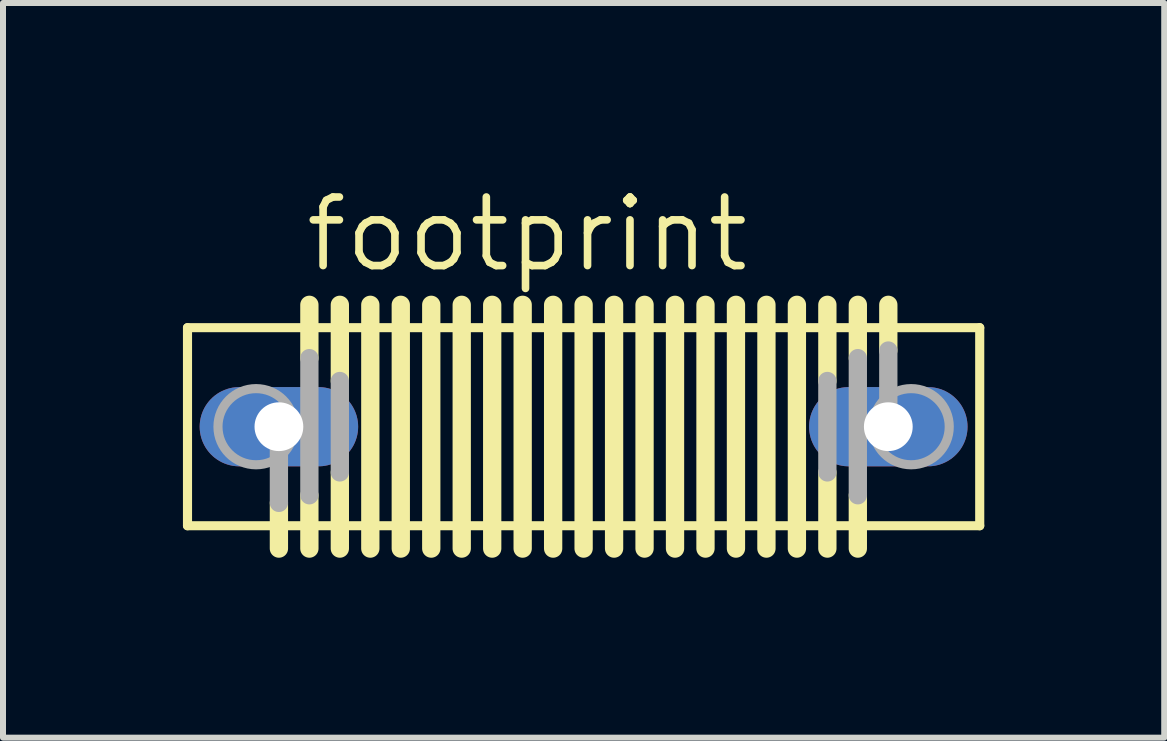
<source format=kicad_pcb>
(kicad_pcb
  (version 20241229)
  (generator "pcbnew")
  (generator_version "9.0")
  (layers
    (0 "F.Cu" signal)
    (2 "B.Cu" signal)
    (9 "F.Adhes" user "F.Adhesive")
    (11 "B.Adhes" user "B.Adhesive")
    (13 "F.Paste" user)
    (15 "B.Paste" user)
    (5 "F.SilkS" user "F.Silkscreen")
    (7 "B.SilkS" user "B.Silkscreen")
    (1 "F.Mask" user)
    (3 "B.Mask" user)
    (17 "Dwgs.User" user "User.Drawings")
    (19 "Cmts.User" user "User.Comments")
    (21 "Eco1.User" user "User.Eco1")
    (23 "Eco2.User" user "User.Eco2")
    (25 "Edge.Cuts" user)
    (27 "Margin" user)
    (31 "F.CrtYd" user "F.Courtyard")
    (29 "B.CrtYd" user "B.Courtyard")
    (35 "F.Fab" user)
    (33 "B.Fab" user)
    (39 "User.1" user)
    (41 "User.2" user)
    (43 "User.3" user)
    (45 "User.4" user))
  (footprint "footprint"
    (layer "F.Cu")
    (at 6.68 4.064)
    (property "Reference" "footprint" (at -4.699 -2.54 0) (layer "F.SilkS") (effects (font (size 1.143 1.143) (thickness 0.127)) (justify left bottom)))
    (fp_line (start -6.604 -1.651) (end -6.604 1.651) (stroke (width 0.152) (type solid)) (layer "F.SilkS"))
    (fp_line (start -6.604 1.651) (end 6.604 1.651) (stroke (width 0.152) (type solid)) (layer "F.SilkS"))
    (fp_line (start -5.08 1.27) (end -5.08 2.032) (stroke (width 0.305) (type solid)) (layer "F.SilkS"))
    (fp_line (start -4.572 -2.032) (end -4.572 -1.143) (stroke (width 0.305) (type solid)) (layer "F.SilkS"))
    (fp_line (start -4.572 1.143) (end -4.572 2.032) (stroke (width 0.305) (type solid)) (layer "F.SilkS"))
    (fp_line (start -4.064 -2.032) (end -4.064 -0.762) (stroke (width 0.305) (type solid)) (layer "F.SilkS"))
    (fp_line (start -4.064 0.762) (end -4.064 2.032) (stroke (width 0.305) (type solid)) (layer "F.SilkS"))
    (fp_line (start -3.556 -2.032) (end -3.556 2.032) (stroke (width 0.305) (type solid)) (layer "F.SilkS"))
    (fp_line (start -3.048 -2.032) (end -3.048 2.032) (stroke (width 0.305) (type solid)) (layer "F.SilkS"))
    (fp_line (start -2.54 -2.032) (end -2.54 2.032) (stroke (width 0.305) (type solid)) (layer "F.SilkS"))
    (fp_line (start -2.032 -2.032) (end -2.032 2.032) (stroke (width 0.305) (type solid)) (layer "F.SilkS"))
    (fp_line (start -1.524 -2.032) (end -1.524 2.032) (stroke (width 0.305) (type solid)) (layer "F.SilkS"))
    (fp_line (start -1.016 -2.032) (end -1.016 2.032) (stroke (width 0.305) (type solid)) (layer "F.SilkS"))
    (fp_line (start -0.508 -2.032) (end -0.508 2.032) (stroke (width 0.305) (type solid)) (layer "F.SilkS"))
    (fp_line (start 0 -2.032) (end 0 2.032) (stroke (width 0.305) (type solid)) (layer "F.SilkS"))
    (fp_line (start 0.508 -2.032) (end 0.508 2.032) (stroke (width 0.305) (type solid)) (layer "F.SilkS"))
    (fp_line (start 1.016 -2.032) (end 1.016 2.032) (stroke (width 0.305) (type solid)) (layer "F.SilkS"))
    (fp_line (start 1.524 -2.032) (end 1.524 2.032) (stroke (width 0.305) (type solid)) (layer "F.SilkS"))
    (fp_line (start 2.032 -2.032) (end 2.032 2.032) (stroke (width 0.305) (type solid)) (layer "F.SilkS"))
    (fp_line (start 2.54 -2.032) (end 2.54 2.032) (stroke (width 0.305) (type solid)) (layer "F.SilkS"))
    (fp_line (start 3.048 -2.032) (end 3.048 2.032) (stroke (width 0.305) (type solid)) (layer "F.SilkS"))
    (fp_line (start 3.556 -2.032) (end 3.556 2.032) (stroke (width 0.305) (type solid)) (layer "F.SilkS"))
    (fp_line (start 4.064 -2.032) (end 4.064 -0.762) (stroke (width 0.305) (type solid)) (layer "F.SilkS"))
    (fp_line (start 4.064 0.762) (end 4.064 2.032) (stroke (width 0.305) (type solid)) (layer "F.SilkS"))
    (fp_line (start 4.572 -2.032) (end 4.572 -1.143) (stroke (width 0.305) (type solid)) (layer "F.SilkS"))
    (fp_line (start 4.572 1.143) (end 4.572 2.032) (stroke (width 0.305) (type solid)) (layer "F.SilkS"))
    (fp_line (start 5.08 -2.032) (end 5.08 -1.27) (stroke (width 0.305) (type solid)) (layer "F.SilkS"))
    (fp_line (start 6.604 -1.651) (end -6.604 -1.651) (stroke (width 0.152) (type solid)) (layer "F.SilkS"))
    (fp_line (start 6.604 -1.651) (end 6.604 1.651) (stroke (width 0.152) (type solid)) (layer "F.SilkS"))
    (fp_line (start -5.08 -0.127) (end -5.08 1.27) (stroke (width 0.305) (type solid)) (layer "F.Fab"))
    (fp_line (start -4.572 -1.143) (end -4.572 1.143) (stroke (width 0.305) (type solid)) (layer "F.Fab"))
    (fp_line (start -4.064 -0.762) (end -4.064 0.762) (stroke (width 0.305) (type solid)) (layer "F.Fab"))
    (fp_line (start 4.064 -0.762) (end 4.064 0.762) (stroke (width 0.305) (type solid)) (layer "F.Fab"))
    (fp_line (start 4.572 -1.143) (end 4.572 1.143) (stroke (width 0.305) (type solid)) (layer "F.Fab"))
    (fp_line (start 5.08 -1.27) (end 5.08 0.127) (stroke (width 0.305) (type solid)) (layer "F.Fab"))
    (fp_circle (center -5.461 0) (end -4.826 0) (stroke (width 0.152) (type solid)) (fill no) (layer "F.Fab"))
    (fp_circle (center 5.461 0) (end 6.096 0) (stroke (width 0.152) (type solid)) (fill no) (layer "F.Fab"))
    (pad "1" thru_hole oval (at -5.08 0) (size 2.642 1.321) (drill 0.813) (layers "*.Cu" "*.Mask"))
    (pad "2" thru_hole oval (at 5.08 0) (size 2.642 1.321) (drill 0.813) (layers "*.Cu" "*.Mask")))
  (gr_rect
    (start -3 -3)
    (end 16.36 9.248)
    (stroke (width 0.1) (type default))
    (fill no)
    (layer "Edge.Cuts")))
</source>
